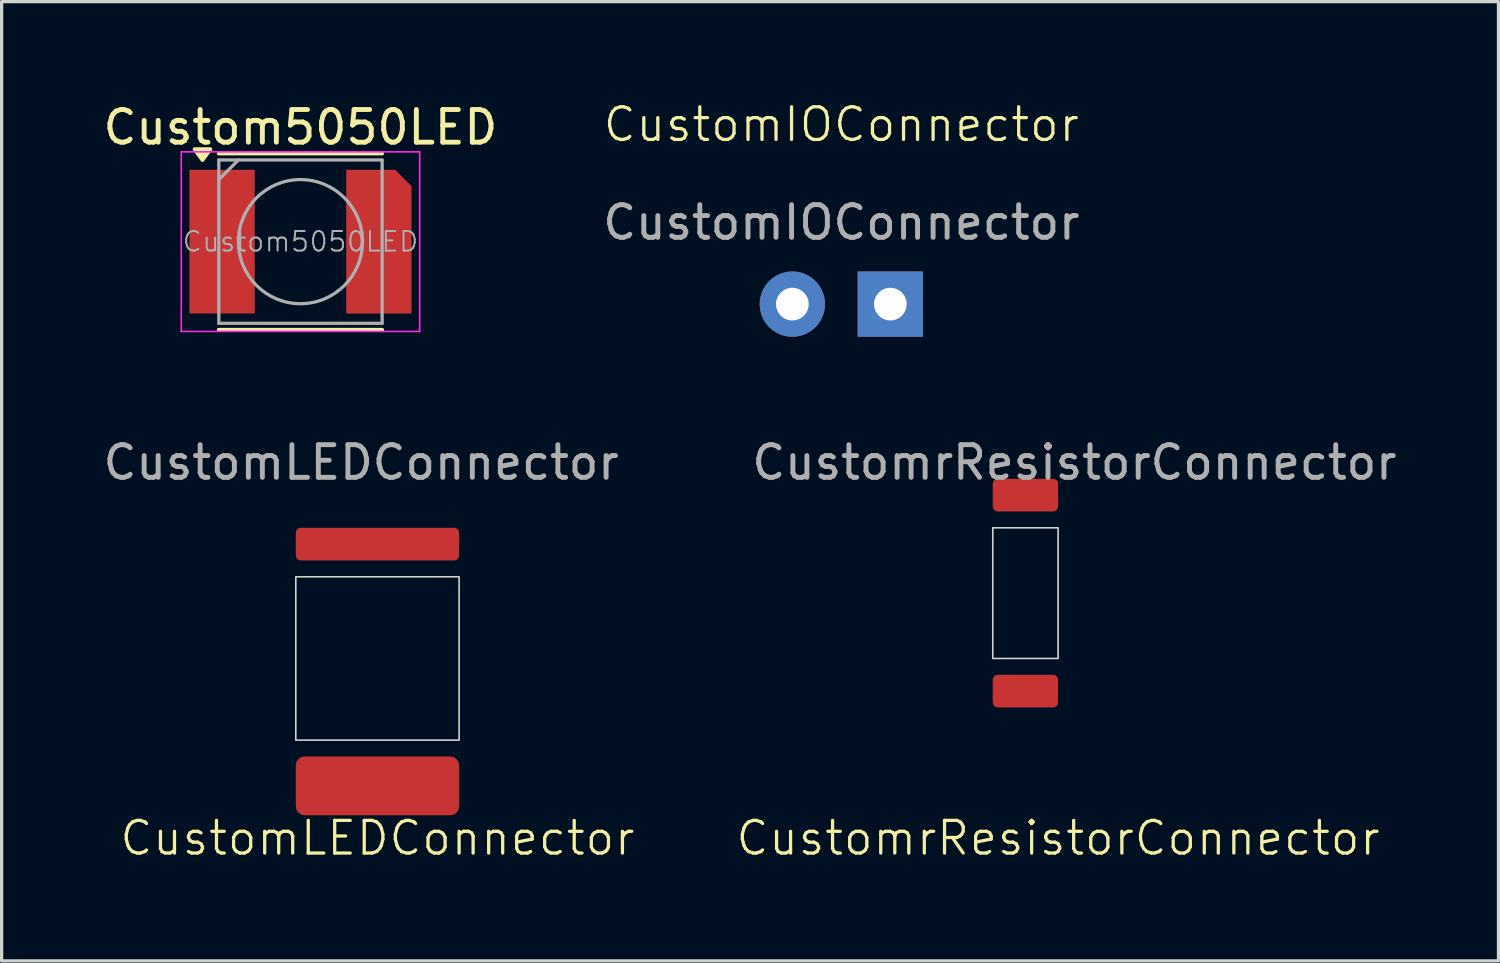
<source format=kicad_pcb>
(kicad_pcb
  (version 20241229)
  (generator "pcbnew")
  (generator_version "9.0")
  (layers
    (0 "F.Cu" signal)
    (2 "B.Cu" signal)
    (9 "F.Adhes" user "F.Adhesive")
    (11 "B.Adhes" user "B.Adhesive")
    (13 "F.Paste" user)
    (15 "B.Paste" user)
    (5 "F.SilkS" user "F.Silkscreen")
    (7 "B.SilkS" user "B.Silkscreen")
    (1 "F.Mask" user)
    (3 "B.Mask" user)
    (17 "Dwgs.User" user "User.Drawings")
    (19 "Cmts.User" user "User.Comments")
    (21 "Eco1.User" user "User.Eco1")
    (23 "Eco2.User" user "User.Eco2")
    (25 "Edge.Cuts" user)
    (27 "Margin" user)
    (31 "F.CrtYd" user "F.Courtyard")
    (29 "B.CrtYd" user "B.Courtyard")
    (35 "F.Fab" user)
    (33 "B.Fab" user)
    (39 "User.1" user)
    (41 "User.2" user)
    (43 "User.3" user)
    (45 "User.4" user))
  (footprint "CustomLEDConnector"
    (layer "F.Cu")
    (at 6.006 12.609)
    (property "Reference" "CustomLEDConnector" (at 2.5 10 0) (unlocked yes) (layer "F.SilkS") (effects (font (size 1 1) (thickness 0.1))))
    (attr smd)
    (fp_rect (start 0 2) (end 5 7) (stroke (width 0.05) (type solid)) (fill no) (layer "Edge.Cuts"))
    (fp_text user "${REFERENCE}" (at 2 -1.5 0) (unlocked yes) (layer "F.Fab") (effects (font (size 1 1) (thickness 0.15))))
    (pad "1" connect roundrect (at 2.5 1) (size 5 1) (layers "F.Cu" "F.Mask") (roundrect_rratio 0.15))
    (pad "2" smd roundrect (at 2.5 8.4) (size 5 1.8) (layers "F.Cu" "F.Mask" "F.Paste") (roundrect_rratio 0.15)))
  (footprint "Custom5050LED"
    (layer "F.Cu")
    (at 6.149 4.348)
    (property "Reference" "Custom5050LED" (at 0 -3.5 180) (layer "F.SilkS") (effects (font (size 1 1) (thickness 0.15))))
    (attr smd)
    (fp_line (start -2.5 -2.7) (end 2.5 -2.7) (stroke (width 0.12) (type solid)) (layer "F.SilkS"))
    (fp_line (start 2.5 2.7) (end -2.5 2.7) (stroke (width 0.12) (type solid)) (layer "F.SilkS"))
    (fp_poly (pts (xy -3 -2.5) (xy -3.24 -2.83) (xy -2.76 -2.83) (xy -3 -2.5)) (stroke (width 0.12) (type solid)) (fill yes) (layer "F.SilkS"))
    (fp_line (start -3.65 -2.75) (end -3.65 2.75) (stroke (width 0.05) (type solid)) (layer "F.CrtYd"))
    (fp_line (start -3.65 2.75) (end 3.65 2.75) (stroke (width 0.05) (type solid)) (layer "F.CrtYd"))
    (fp_line (start 3.65 -2.75) (end -3.65 -2.75) (stroke (width 0.05) (type solid)) (layer "F.CrtYd"))
    (fp_line (start 3.65 2.75) (end 3.65 -2.75) (stroke (width 0.05) (type solid)) (layer "F.CrtYd"))
    (fp_line (start -2.5 -2.5) (end -2.5 2.5) (stroke (width 0.1) (type solid)) (layer "F.Fab"))
    (fp_line (start -2.5 -1.9) (end -1.9 -2.5) (stroke (width 0.1) (type solid)) (layer "F.Fab"))
    (fp_line (start -2.5 2.5) (end 2.5 2.5) (stroke (width 0.1) (type solid)) (layer "F.Fab"))
    (fp_line (start 2.5 -2.5) (end -2.5 -2.5) (stroke (width 0.1) (type solid)) (layer "F.Fab"))
    (fp_line (start 2.5 2.5) (end 2.5 -2.5) (stroke (width 0.1) (type solid)) (layer "F.Fab"))
    (fp_circle (center 0 0) (end 0 -1.9) (stroke (width 0.1) (type solid)) (fill no) (layer "F.Fab"))
    (fp_text user "${REFERENCE}" (at 0 0 0) (layer "F.Fab") (effects (font (size 0.6 0.6) (thickness 0.06))))
    (pad "1" smd rect (at -2.4 0 90) (size 4.4 2) (layers "F.Cu" "F.Mask" "F.Paste"))
    (pad "2" smd roundrect (at 2.4 0 90) (size 4.4 2) (layers "F.Cu" "F.Mask" "F.Paste") (roundrect_rratio 0) (chamfer_ratio 0.25) (chamfer bottom_right)))
  (footprint "CustomrResistorConnector"
    (layer "F.Cu")
    (at 27.344 12.109)
    (property "Reference" "CustomrResistorConnector" (at 2 10.5 0) (unlocked yes) (layer "F.SilkS") (effects (font (size 1 1) (thickness 0.1))))
    (attr smd)
    (fp_rect (start 0 1) (end 2 5) (stroke (width 0.05) (type default)) (fill no) (layer "Edge.Cuts"))
    (fp_text user "${REFERENCE}" (at 2.5 -1 0) (unlocked yes) (layer "F.Fab") (effects (font (size 1 1) (thickness 0.15))))
    (pad "1" smd roundrect (at 1 0) (size 2 1) (layers "F.Cu" "F.Mask" "F.Paste") (roundrect_rratio 0.15))
    (pad "2" smd roundrect (at 1 6) (size 2 1) (layers "F.Cu" "F.Mask" "F.Paste") (roundrect_rratio 0.15)))
  (footprint "CustomIOConnector"
    (layer "F.Cu")
    (at 22.708 6.261)
    (property "Reference" "CustomIOConnector" (at 0 -5.5 0) (unlocked yes) (layer "F.SilkS") (effects (font (size 1 1) (thickness 0.1))))
    (attr smd)
    (fp_text user "${REFERENCE}" (at 0 -2.5 0) (unlocked yes) (layer "F.Fab") (effects (font (size 1 1) (thickness 0.15))))
    (pad "1" thru_hole circle (at -1.5 0) (size 2 2) (drill 1) (layers "*.Cu" "*.Mask"))
    (pad "2" thru_hole rect (at 1.5 0) (size 2 2) (drill 1) (layers "*.Cu" "*.Mask")))
  (gr_rect
    (start -3 -3)
    (end 42.826 26.369)
    (stroke (width 0.1) (type default))
    (fill no)
    (layer "Edge.Cuts")))
</source>
